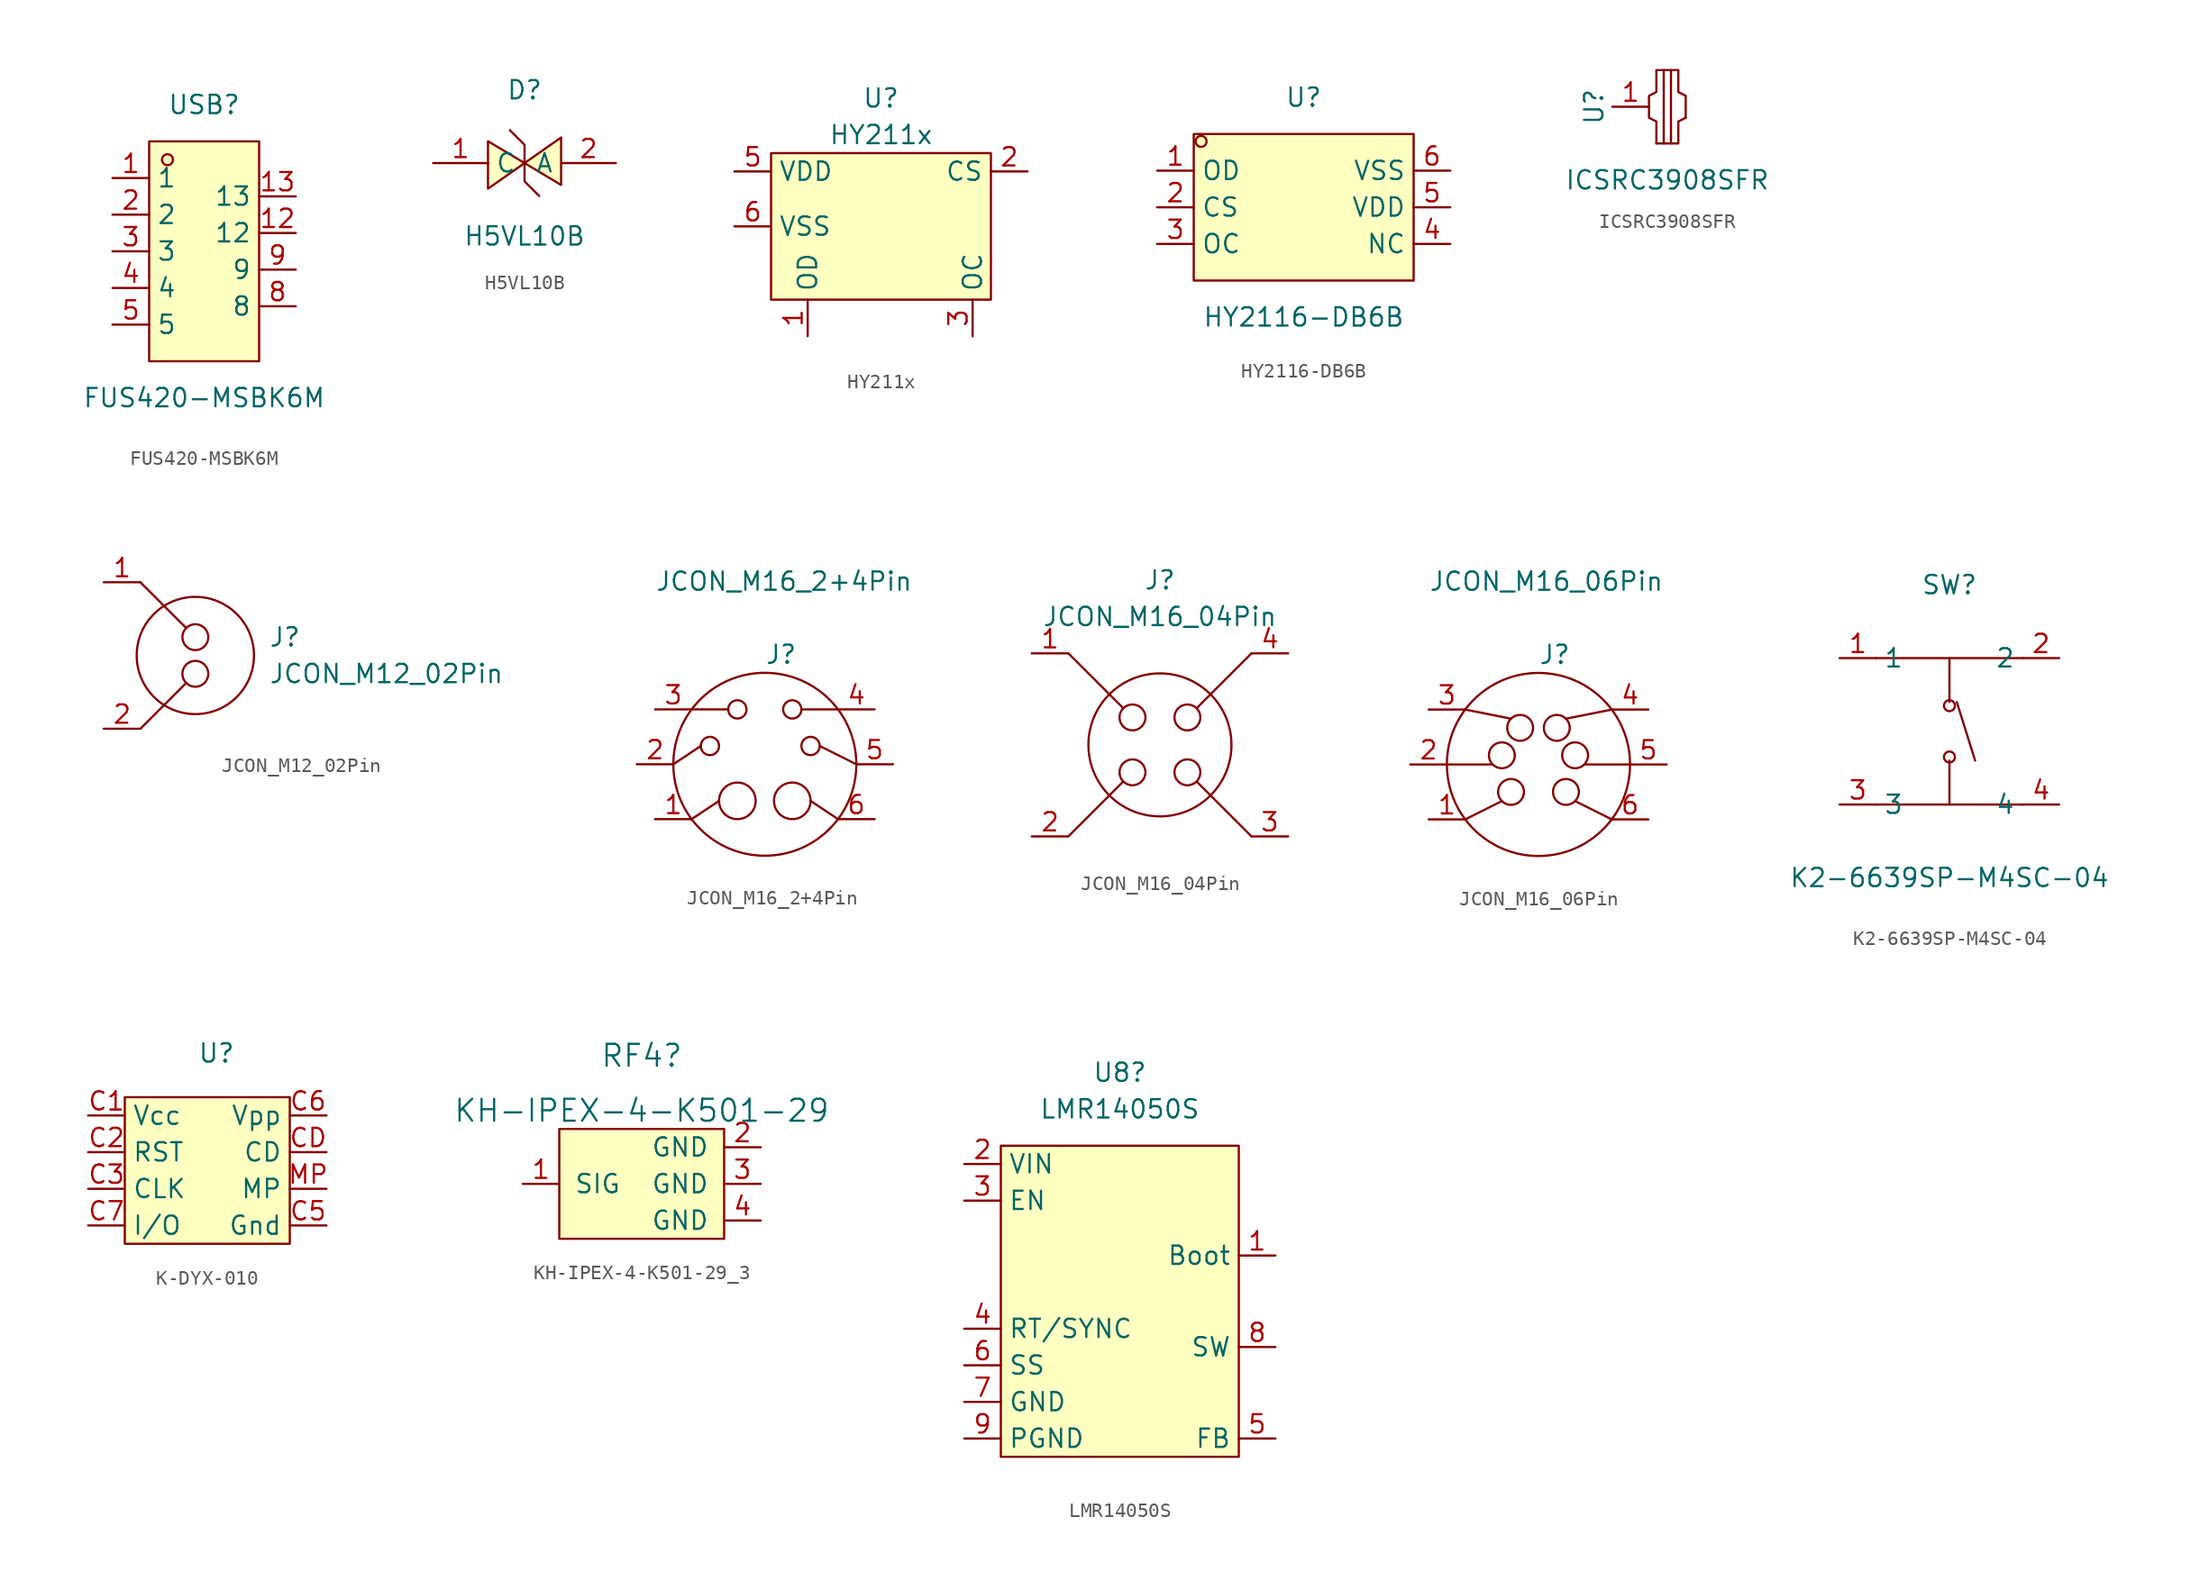
<source format=kicad_sym>
(kicad_symbol_lib
  (version 20231120)
  (generator "kicad_symbol_editor")
  (generator_version "8.0")
  (symbol "FUS420-MSBK6M"
    (property "Reference" "USB"
      (at 0 10.16 0)
      (effects (font (size 1.27 1.27))))
    (property "Value" "FUS420-MSBK6M"
      (at 0 -10.16 0)
      (effects (font (size 1.27 1.27))))
    (symbol "FUS420-MSBK6M_0_1"
      (rectangle (start -3.81 7.62) (end 3.81 -7.62) (stroke (width 0) (type default)) (fill (type background)))
      (circle (center -2.54 6.35) (radius 0.38) (stroke (width 0) (type default)) (fill (type none)))
      (pin unspecified line (at -6.35 5.08 0) (length 2.54) (name "1" (effects (font (size 1.27 1.27)))) (number "1" (effects (font (size 1.27 1.27)))))
      (pin unspecified line (at 6.35 1.27 180) (length 2.54) (name "12" (effects (font (size 1.27 1.27)))) (number "12" (effects (font (size 1.27 1.27)))))
      (pin unspecified line (at 6.35 3.81 180) (length 2.54) (name "13" (effects (font (size 1.27 1.27)))) (number "13" (effects (font (size 1.27 1.27)))))
      (pin unspecified line (at -6.35 2.54 0) (length 2.54) (name "2" (effects (font (size 1.27 1.27)))) (number "2" (effects (font (size 1.27 1.27)))))
      (pin unspecified line (at -6.35 0 0) (length 2.54) (name "3" (effects (font (size 1.27 1.27)))) (number "3" (effects (font (size 1.27 1.27)))))
      (pin unspecified line (at -6.35 -2.54 0) (length 2.54) (name "4" (effects (font (size 1.27 1.27)))) (number "4" (effects (font (size 1.27 1.27)))))
      (pin unspecified line (at -6.35 -5.08 0) (length 2.54) (name "5" (effects (font (size 1.27 1.27)))) (number "5" (effects (font (size 1.27 1.27)))))
      (pin unspecified line (at 6.35 -3.81 180) (length 2.54) (name "8" (effects (font (size 1.27 1.27)))) (number "8" (effects (font (size 1.27 1.27)))))
      (pin unspecified line (at 6.35 -1.27 180) (length 2.54) (name "9" (effects (font (size 1.27 1.27)))) (number "9" (effects (font (size 1.27 1.27)))))))
  (symbol "H5VL10B"
    (property "Reference" "D"
      (at 0 5.08 0)
      (effects (font (size 1.27 1.27))))
    (property "Value" "H5VL10B"
      (at 0 -5.08 0)
      (effects (font (size 1.27 1.27))))
    (symbol "H5VL10B_0_1"
      (polyline (pts (xy -2.54 1.52) (xy 0 0) (xy -2.54 -1.78) (xy -2.54 1.52)) (stroke (width 0) (type default)) (fill (type background)))
      (polyline (pts (xy -1.02 2.29) (xy 0 1.27) (xy 0 -1.27) (xy 1.02 -2.29)) (stroke (width 0) (type default)) (fill (type none)))
      (polyline (pts (xy 2.54 -1.52) (xy 0 0) (xy 2.54 1.78) (xy 2.54 -1.52)) (stroke (width 0) (type default)) (fill (type background)))
      (pin unspecified line (at -6.35 0 0) (length 3.81) (name "C" (effects (font (size 1.27 1.27)))) (number "1" (effects (font (size 1.27 1.27)))))
      (pin unspecified line (at 6.35 0 180) (length 3.81) (name "A" (effects (font (size 1.27 1.27)))) (number "2" (effects (font (size 1.27 1.27)))))))
  (symbol "HY211x"
    (property "Reference" "U"
      (at 1.27 6.35 0)
      (effects (font (size 1.27 1.27))))
    (property "Value" "HY211x"
      (at 1.27 3.81 0)
      (effects (font (size 1.27 1.27))))
    (symbol "HY211x_0_1"
      (rectangle (start -6.35 2.54) (end 8.89 -7.62) (stroke (width 0) (type default)) (fill (type background))))
    (symbol "HY211x_1_1"
      (pin passive line (at -3.81 -10.16 90) (length 2.54) (name "OD" (effects (font (size 1.27 1.27)))) (number "1" (effects (font (size 1.27 1.27)))))
      (pin passive line (at 11.43 1.27 180) (length 2.54) (name "CS" (effects (font (size 1.27 1.27)))) (number "2" (effects (font (size 1.27 1.27)))))
      (pin passive line (at 7.62 -10.16 90) (length 2.54) (name "OC" (effects (font (size 1.27 1.27)))) (number "3" (effects (font (size 1.27 1.27)))))
      (pin no_connect line (at 11.43 -2.54 180) (length 2.54) hide (name "NC" (effects (font (size 1.27 1.27)))) (number "4" (effects (font (size 1.27 1.27)))))
      (pin passive line (at -8.89 1.27 0) (length 2.54) (name "VDD" (effects (font (size 1.27 1.27)))) (number "5" (effects (font (size 1.27 1.27)))))
      (pin passive line (at -8.89 -2.54 0) (length 2.54) (name "VSS" (effects (font (size 1.27 1.27)))) (number "6" (effects (font (size 1.27 1.27)))))))
  (symbol "HY2116-DB6B"
    (property "Reference" "U"
      (at 0 7.62 0)
      (effects (font (size 1.27 1.27))))
    (property "Value" "HY2116-DB6B"
      (at 0 -7.62 0)
      (effects (font (size 1.27 1.27))))
    (symbol "HY2116-DB6B_0_1"
      (rectangle (start -7.62 5.08) (end 7.62 -5.08) (stroke (width 0) (type default)) (fill (type background)))
      (circle (center -7.11 4.57) (radius 0.38) (stroke (width 0) (type default)) (fill (type none)))
      (pin unspecified line (at -10.16 2.54 0) (length 2.54) (name "OD" (effects (font (size 1.27 1.27)))) (number "1" (effects (font (size 1.27 1.27)))))
      (pin unspecified line (at -10.16 0 0) (length 2.54) (name "CS" (effects (font (size 1.27 1.27)))) (number "2" (effects (font (size 1.27 1.27)))))
      (pin unspecified line (at -10.16 -2.54 0) (length 2.54) (name "OC" (effects (font (size 1.27 1.27)))) (number "3" (effects (font (size 1.27 1.27)))))
      (pin unspecified line (at 10.16 -2.54 180) (length 2.54) (name "NC" (effects (font (size 1.27 1.27)))) (number "4" (effects (font (size 1.27 1.27)))))
      (pin unspecified line (at 10.16 0 180) (length 2.54) (name "VDD" (effects (font (size 1.27 1.27)))) (number "5" (effects (font (size 1.27 1.27)))))
      (pin unspecified line (at 10.16 2.54 180) (length 2.54) (name "VSS" (effects (font (size 1.27 1.27)))) (number "6" (effects (font (size 1.27 1.27)))))))
  (symbol "ICSRC3908SFR"
    (property "Reference" "U"
      (at -5.08 0 90)
      (effects (font (size 1.27 1.27))))
    (property "Value" "ICSRC3908SFR"
      (at 0 -5.08 0)
      (effects (font (size 1.27 1.27))))
    (symbol "ICSRC3908SFR_0_1"
      (polyline (pts (xy -0.25 -2.54) (xy -0.25 2.54)) (stroke (width 0) (type default)) (fill (type none)))
      (polyline (pts (xy 0.25 -2.54) (xy 0.25 2.54)) (stroke (width 0) (type default)) (fill (type none)))
      (polyline (pts (xy -0.76 -2.54) (xy 0.76 -2.54) (xy 0.76 -1.02) (xy 1.27 -0.76)) (stroke (width 0) (type default)) (fill (type none)))
      (polyline (pts (xy 1.27 -0.76) (xy 1.27 0.76) (xy 0.76 1.02) (xy 0.76 2.54) (xy -0.76 2.54) (xy -0.76 1.02) (xy -1.27 0.76) (xy -1.27 -0.76) (xy -0.76 -1.02) (xy -0.76 -2.54)) (stroke (width 0) (type default)) (fill (type none))))
    (symbol "ICSRC3908SFR_1_1"
      (pin unspecified line (at -3.81 0 0) (length 2.54) (name "" (effects (font (size 1.27 1.27)))) (number "1" (effects (font (size 1.27 1.27)))))))
  (symbol "JCON_M12_02Pin"
    (property "Reference" "J"
      (at 5.08 1.27 0)
      (effects (font (size 1.27 1.27)) (justify left)))
    (property "Value" "JCON_M12_02Pin"
      (at 5.08 -1.27 0)
      (effects (font (size 1.27 1.27)) (justify left)))
    (symbol "JCON_M12_02Pin_0_1"
      (circle (center 0 -1.27) (radius 0.898) (stroke (width 0) (type default)) (fill (type none)))
      (polyline (pts (xy -0.635 -1.905) (xy -3.81 -5.08)) (stroke (width 0) (type default)) (fill (type none)))
      (polyline (pts (xy -0.635 1.905) (xy -3.81 5.08)) (stroke (width 0) (type default)) (fill (type none)))
      (circle (center 0 0) (radius 4.066) (stroke (width 0) (type default)) (fill (type none)))
      (circle (center 0 1.27) (radius 0.898) (stroke (width 0) (type default)) (fill (type none))))
    (symbol "JCON_M12_02Pin_1_1"
      (pin passive line (at -6.35 5.08 0) (length 2.54) (name "" (effects (font (size 1.27 1.27)))) (number "1" (effects (font (size 1.27 1.27)))))
      (pin passive line (at -6.35 -5.08 0) (length 2.54) (name "" (effects (font (size 1.27 1.27)))) (number "2" (effects (font (size 1.27 1.27)))))))
  (symbol "JCON_M16_2+4Pin"
    (property "Reference" "J"
      (at 0 7.62 0)
      (effects (font (size 1.27 1.27)) (justify left)))
    (property "Value" "JCON_M16_2+4Pin"
      (at -7.62 12.7 0)
      (effects (font (size 1.27 1.27)) (justify left)))
    (symbol "JCON_M16_2+4Pin_0_1"
      (circle (center -3.81 1.27) (radius 0.635) (stroke (width 0) (type default)) (fill (type none)))
      (circle (center -1.905 -2.54) (radius 1.27) (stroke (width 0) (type default)) (fill (type none)))
      (circle (center -1.905 3.81) (radius 0.635) (stroke (width 0) (type default)) (fill (type none)))
      (polyline (pts (xy -4.445 1.27) (xy -6.35 0)) (stroke (width 0) (type default)) (fill (type none)))
      (polyline (pts (xy -3.175 -2.54) (xy -5.08 -3.81)) (stroke (width 0) (type default)) (fill (type none)))
      (polyline (pts (xy -2.54 3.81) (xy -5.08 3.81)) (stroke (width 0) (type default)) (fill (type none)))
      (polyline (pts (xy 2.54 3.81) (xy 5.08 3.81)) (stroke (width 0) (type default)) (fill (type none)))
      (polyline (pts (xy 3.175 -2.54) (xy 5.08 -3.81)) (stroke (width 0) (type default)) (fill (type none)))
      (polyline (pts (xy 3.81 1.27) (xy 6.35 0)) (stroke (width 0) (type default)) (fill (type none)))
      (circle (center 0 0) (radius 6.35) (stroke (width 0) (type default)) (fill (type none)))
      (circle (center 1.905 -2.54) (radius 1.27) (stroke (width 0) (type default)) (fill (type none)))
      (circle (center 1.905 3.81) (radius 0.635) (stroke (width 0) (type default)) (fill (type none)))
      (circle (center 3.175 1.27) (radius 0.635) (stroke (width 0) (type default)) (fill (type none))))
    (symbol "JCON_M16_2+4Pin_1_1"
      (pin passive line (at -7.62 -3.81 0) (length 2.54) (name "" (effects (font (size 1.27 1.27)))) (number "1" (effects (font (size 1.27 1.27)))))
      (pin passive line (at -8.89 0 0) (length 2.54) (name "" (effects (font (size 1.27 1.27)))) (number "2" (effects (font (size 1.27 1.27)))))
      (pin passive line (at -7.62 3.81 0) (length 2.54) (name "" (effects (font (size 1.27 1.27)))) (number "3" (effects (font (size 1.27 1.27)))))
      (pin passive line (at 7.62 3.81 180) (length 2.54) (name "" (effects (font (size 1.27 1.27)))) (number "4" (effects (font (size 1.27 1.27)))))
      (pin passive line (at 8.89 0 180) (length 2.54) (name "" (effects (font (size 1.27 1.27)))) (number "5" (effects (font (size 1.27 1.27)))))
      (pin passive line (at 7.62 -3.81 180) (length 2.54) (name "" (effects (font (size 1.27 1.27)))) (number "6" (effects (font (size 1.27 1.27)))))))
  (symbol "JCON_M16_04Pin"
    (property "Reference" "J"
      (at 0 11.43 0)
      (effects (font (size 1.27 1.27))))
    (property "Value" "JCON_M16_04Pin"
      (at 0 8.89 0)
      (effects (font (size 1.27 1.27))))
    (symbol "JCON_M16_04Pin_0_1"
      (circle (center -1.905 -1.905) (radius 0.898) (stroke (width 0) (type default)) (fill (type none)))
      (circle (center -1.905 1.905) (radius 0.898) (stroke (width 0) (type default)) (fill (type none)))
      (polyline (pts (xy -2.54 -2.54) (xy -6.35 -6.35)) (stroke (width 0) (type default)) (fill (type none)))
      (polyline (pts (xy -2.54 2.54) (xy -6.35 6.35)) (stroke (width 0) (type default)) (fill (type none)))
      (polyline (pts (xy 2.54 -2.54) (xy 6.35 -6.35)) (stroke (width 0) (type default)) (fill (type none)))
      (polyline (pts (xy 6.35 6.35) (xy 2.54 2.54)) (stroke (width 0) (type default)) (fill (type none)))
      (circle (center 0 0) (radius 4.96) (stroke (width 0) (type default)) (fill (type none)))
      (circle (center 1.905 -1.905) (radius 0.898) (stroke (width 0) (type default)) (fill (type none)))
      (circle (center 1.905 1.905) (radius 0.898) (stroke (width 0) (type default)) (fill (type none))))
    (symbol "JCON_M16_04Pin_1_1"
      (pin passive line (at -8.89 6.35 0) (length 2.54) (name "" (effects (font (size 1.27 1.27)))) (number "1" (effects (font (size 1.27 1.27)))))
      (pin passive line (at -8.89 -6.35 0) (length 2.54) (name "" (effects (font (size 1.27 1.27)))) (number "2" (effects (font (size 1.27 1.27)))))
      (pin passive line (at 8.89 -6.35 180) (length 2.54) (name "" (effects (font (size 1.27 1.27)))) (number "3" (effects (font (size 1.27 1.27)))))
      (pin passive line (at 8.89 6.35 180) (length 2.54) (name "" (effects (font (size 1.27 1.27)))) (number "4" (effects (font (size 1.27 1.27)))))))
  (symbol "JCON_M16_06Pin"
    (property "Reference" "J"
      (at 0 7.62 0)
      (effects (font (size 1.27 1.27)) (justify left)))
    (property "Value" "JCON_M16_06Pin"
      (at -7.62 12.7 0)
      (effects (font (size 1.27 1.27)) (justify left)))
    (symbol "JCON_M16_06Pin_0_1"
      (circle (center -2.54 0.635) (radius 0.898) (stroke (width 0) (type default)) (fill (type none)))
      (circle (center -1.905 -1.905) (radius 0.898) (stroke (width 0) (type default)) (fill (type none)))
      (circle (center -1.27 2.54) (radius 0.898) (stroke (width 0) (type default)) (fill (type none)))
      (polyline (pts (xy -3.175 0) (xy -6.35 0)) (stroke (width 0) (type default)) (fill (type none)))
      (polyline (pts (xy -2.54 -2.54) (xy -5.08 -3.81)) (stroke (width 0) (type default)) (fill (type none)))
      (polyline (pts (xy -1.905 3.175) (xy -5.08 3.81)) (stroke (width 0) (type default)) (fill (type none)))
      (polyline (pts (xy 1.905 3.175) (xy 5.08 3.81)) (stroke (width 0) (type default)) (fill (type none)))
      (polyline (pts (xy 2.54 -2.54) (xy 5.08 -3.81)) (stroke (width 0) (type default)) (fill (type none)))
      (polyline (pts (xy 3.175 0) (xy 6.35 0)) (stroke (width 0) (type default)) (fill (type none)))
      (circle (center 0 0) (radius 6.35) (stroke (width 0) (type default)) (fill (type none)))
      (circle (center 1.27 2.54) (radius 0.898) (stroke (width 0) (type default)) (fill (type none)))
      (circle (center 1.905 -1.905) (radius 0.898) (stroke (width 0) (type default)) (fill (type none)))
      (circle (center 2.54 0.635) (radius 0.898) (stroke (width 0) (type default)) (fill (type none))))
    (symbol "JCON_M16_06Pin_1_1"
      (pin passive line (at -7.62 -3.81 0) (length 2.54) (name "" (effects (font (size 1.27 1.27)))) (number "1" (effects (font (size 1.27 1.27)))))
      (pin passive line (at -8.89 0 0) (length 2.54) (name "" (effects (font (size 1.27 1.27)))) (number "2" (effects (font (size 1.27 1.27)))))
      (pin passive line (at -7.62 3.81 0) (length 2.54) (name "" (effects (font (size 1.27 1.27)))) (number "3" (effects (font (size 1.27 1.27)))))
      (pin passive line (at 7.62 3.81 180) (length 2.54) (name "" (effects (font (size 1.27 1.27)))) (number "4" (effects (font (size 1.27 1.27)))))
      (pin passive line (at 8.89 0 180) (length 2.54) (name "" (effects (font (size 1.27 1.27)))) (number "5" (effects (font (size 1.27 1.27)))))
      (pin passive line (at 7.62 -3.81 180) (length 2.54) (name "" (effects (font (size 1.27 1.27)))) (number "6" (effects (font (size 1.27 1.27)))))))
  (symbol "K2-6639SP-M4SC-04"
    (property "Reference" "SW"
      (at 0 8.89 0)
      (effects (font (size 1.27 1.27))))
    (property "Value" "K2-6639SP-M4SC-04"
      (at 0 -11.43 0)
      (effects (font (size 1.27 1.27))))
    (symbol "K2-6639SP-M4SC-04_0_1"
      (circle (center 0 -3.05) (radius 0.38) (stroke (width 0) (type default)) (fill (type none)))
      (polyline (pts (xy -5.08 -6.35) (xy 5.08 -6.35)) (stroke (width 0) (type default)) (fill (type none)))
      (polyline (pts (xy -5.08 3.81) (xy 5.08 3.81)) (stroke (width 0) (type default)) (fill (type none)))
      (polyline (pts (xy 0 -6.35) (xy 0 -3.3)) (stroke (width 0) (type default)) (fill (type none)))
      (polyline (pts (xy 0 3.81) (xy 0 0.76)) (stroke (width 0) (type default)) (fill (type none)))
      (polyline (pts (xy 1.78 -3.3) (xy 0.51 0.76)) (stroke (width 0) (type default)) (fill (type none)))
      (circle (center 0 0.51) (radius 0.38) (stroke (width 0) (type default)) (fill (type none)))
      (pin unspecified line (at -7.62 3.81 0) (length 2.54) (name "1" (effects (font (size 1.27 1.27)))) (number "1" (effects (font (size 1.27 1.27)))))
      (pin unspecified line (at 7.62 3.81 180) (length 2.54) (name "2" (effects (font (size 1.27 1.27)))) (number "2" (effects (font (size 1.27 1.27)))))
      (pin unspecified line (at -7.62 -6.35 0) (length 2.54) (name "3" (effects (font (size 1.27 1.27)))) (number "3" (effects (font (size 1.27 1.27)))))
      (pin unspecified line (at 7.62 -6.35 180) (length 2.54) (name "4" (effects (font (size 1.27 1.27)))) (number "4" (effects (font (size 1.27 1.27)))))))
  (symbol "K-DYX-010"
    (property "Reference" "U"
      (at 0 1.778 0)
      (effects (font (size 1.27 1.27))))
    (property "Value" ""
      (at 0 0 0)
      (effects (font (size 1.27 1.27))))
    (symbol "K-DYX-010_1_1"
      (rectangle (start -6.35 -1.27) (end 5.08 -11.43) (stroke (width 0) (type default)) (fill (type background)))
      (pin input line (at -8.89 -2.54 0) (length 2.54) (name "Vcc" (effects (font (size 1.27 1.27)))) (number "C1" (effects (font (size 1.27 1.27)))))
      (pin input line (at -8.89 -5.08 0) (length 2.54) (name "RST" (effects (font (size 1.27 1.27)))) (number "C2" (effects (font (size 1.27 1.27)))))
      (pin input line (at -8.89 -7.62 0) (length 2.54) (name "CLK" (effects (font (size 1.27 1.27)))) (number "C3" (effects (font (size 1.27 1.27)))))
      (pin input line (at 7.62 -10.16 180) (length 2.54) (name "Gnd" (effects (font (size 1.27 1.27)))) (number "C5" (effects (font (size 1.27 1.27)))))
      (pin input line (at 7.62 -2.54 180) (length 2.54) (name "Vpp" (effects (font (size 1.27 1.27)))) (number "C6" (effects (font (size 1.27 1.27)))))
      (pin input line (at -8.89 -10.16 0) (length 2.54) (name "I/O" (effects (font (size 1.27 1.27)))) (number "C7" (effects (font (size 1.27 1.27)))))
      (pin input line (at 7.62 -5.08 180) (length 2.54) (name "CD" (effects (font (size 1.27 1.27)))) (number "CD" (effects (font (size 1.27 1.27)))))
      (pin input line (at 7.62 -7.62 180) (length 2.54) (name "MP" (effects (font (size 1.27 1.27)))) (number "MP" (effects (font (size 1.27 1.27)))))
      (pin input line (at 7.62 -7.62 180) (length 2.54) hide (name "MP" (effects (font (size 1.27 1.27)))) (number "MP_2" (effects (font (size 1.27 1.27)))))
      (pin input line (at 7.62 -7.62 180) (length 2.54) hide (name "MP" (effects (font (size 1.27 1.27)))) (number "MP_3" (effects (font (size 1.27 1.27)))))
      (pin input line (at 7.62 -7.62 180) (length 2.54) hide (name "MP" (effects (font (size 1.27 1.27)))) (number "MP_4" (effects (font (size 1.27 1.27)))))))
  (symbol "KH-IPEX-4-K501-29_3"
    (pin_names
      (offset 1.016))
    (property "Reference" "RF4"
      (at -0.635 8.89 0)
      (effects (font (size 1.524 1.524))))
    (property "Value" "KH-IPEX-4-K501-29"
      (at -0.635 5.08 0)
      (effects (font (size 1.524 1.524))))
    (symbol "KH-IPEX-4-K501-29_3_1_1"
      (rectangle (start -6.35 3.81) (end 5.08 -3.81) (stroke (width 0) (type default)) (fill (type background)))
      (pin passive line (at -8.89 0 0) (length 2.54) (name "SIG" (effects (font (size 1.27 1.27)))) (number "1" (effects (font (size 1.27 1.27)))))
      (pin passive line (at 7.62 2.54 180) (length 2.54) (name "GND" (effects (font (size 1.27 1.27)))) (number "2" (effects (font (size 1.27 1.27)))))
      (pin passive line (at 7.62 0 180) (length 2.54) (name "GND" (effects (font (size 1.27 1.27)))) (number "3" (effects (font (size 1.27 1.27)))))
      (pin passive line (at 7.62 -2.54 180) (length 2.54) (name "GND" (effects (font (size 1.27 1.27)))) (number "4" (effects (font (size 1.27 1.27)))))))
  (symbol "LMR14050S"
    (property "Reference" "U8"
      (at -0.635 16.51 0)
      (effects (font (size 1.27 1.27))))
    (property "Value" "LMR14050S"
      (at -0.635 13.97 0)
      (effects (font (size 1.27 1.27))))
    (symbol "LMR14050S_0_1"
      (rectangle (start -8.89 11.43) (end 7.62 -10.16) (stroke (width 0) (type default)) (fill (type background))))
    (symbol "LMR14050S_1_1"
      (pin passive line (at 10.16 3.81 180) (length 2.54) (name "Boot" (effects (font (size 1.27 1.27)))) (number "1" (effects (font (size 1.27 1.27)))))
      (pin passive line (at -11.43 10.16 0) (length 2.54) (name "VIN" (effects (font (size 1.27 1.27)))) (number "2" (effects (font (size 1.27 1.27)))))
      (pin passive line (at -11.43 7.62 0) (length 2.54) (name "EN" (effects (font (size 1.27 1.27)))) (number "3" (effects (font (size 1.27 1.27)))))
      (pin passive line (at -11.43 -1.27 0) (length 2.54) (name "RT/SYNC" (effects (font (size 1.27 1.27)))) (number "4" (effects (font (size 1.27 1.27)))))
      (pin passive line (at 10.16 -8.89 180) (length 2.54) (name "FB" (effects (font (size 1.27 1.27)))) (number "5" (effects (font (size 1.27 1.27)))))
      (pin passive line (at -11.43 -3.81 0) (length 2.54) (name "SS" (effects (font (size 1.27 1.27)))) (number "6" (effects (font (size 1.27 1.27)))))
      (pin passive line (at -11.43 -6.35 0) (length 2.54) (name "GND" (effects (font (size 1.27 1.27)))) (number "7" (effects (font (size 1.27 1.27)))))
      (pin passive line (at 10.16 -2.54 180) (length 2.54) (name "SW" (effects (font (size 1.27 1.27)))) (number "8" (effects (font (size 1.27 1.27)))))
      (pin passive line (at -11.43 -8.89 0) (length 2.54) (name "PGND" (effects (font (size 1.27 1.27)))) (number "9" (effects (font (size 1.27 1.27))))))))
</source>
